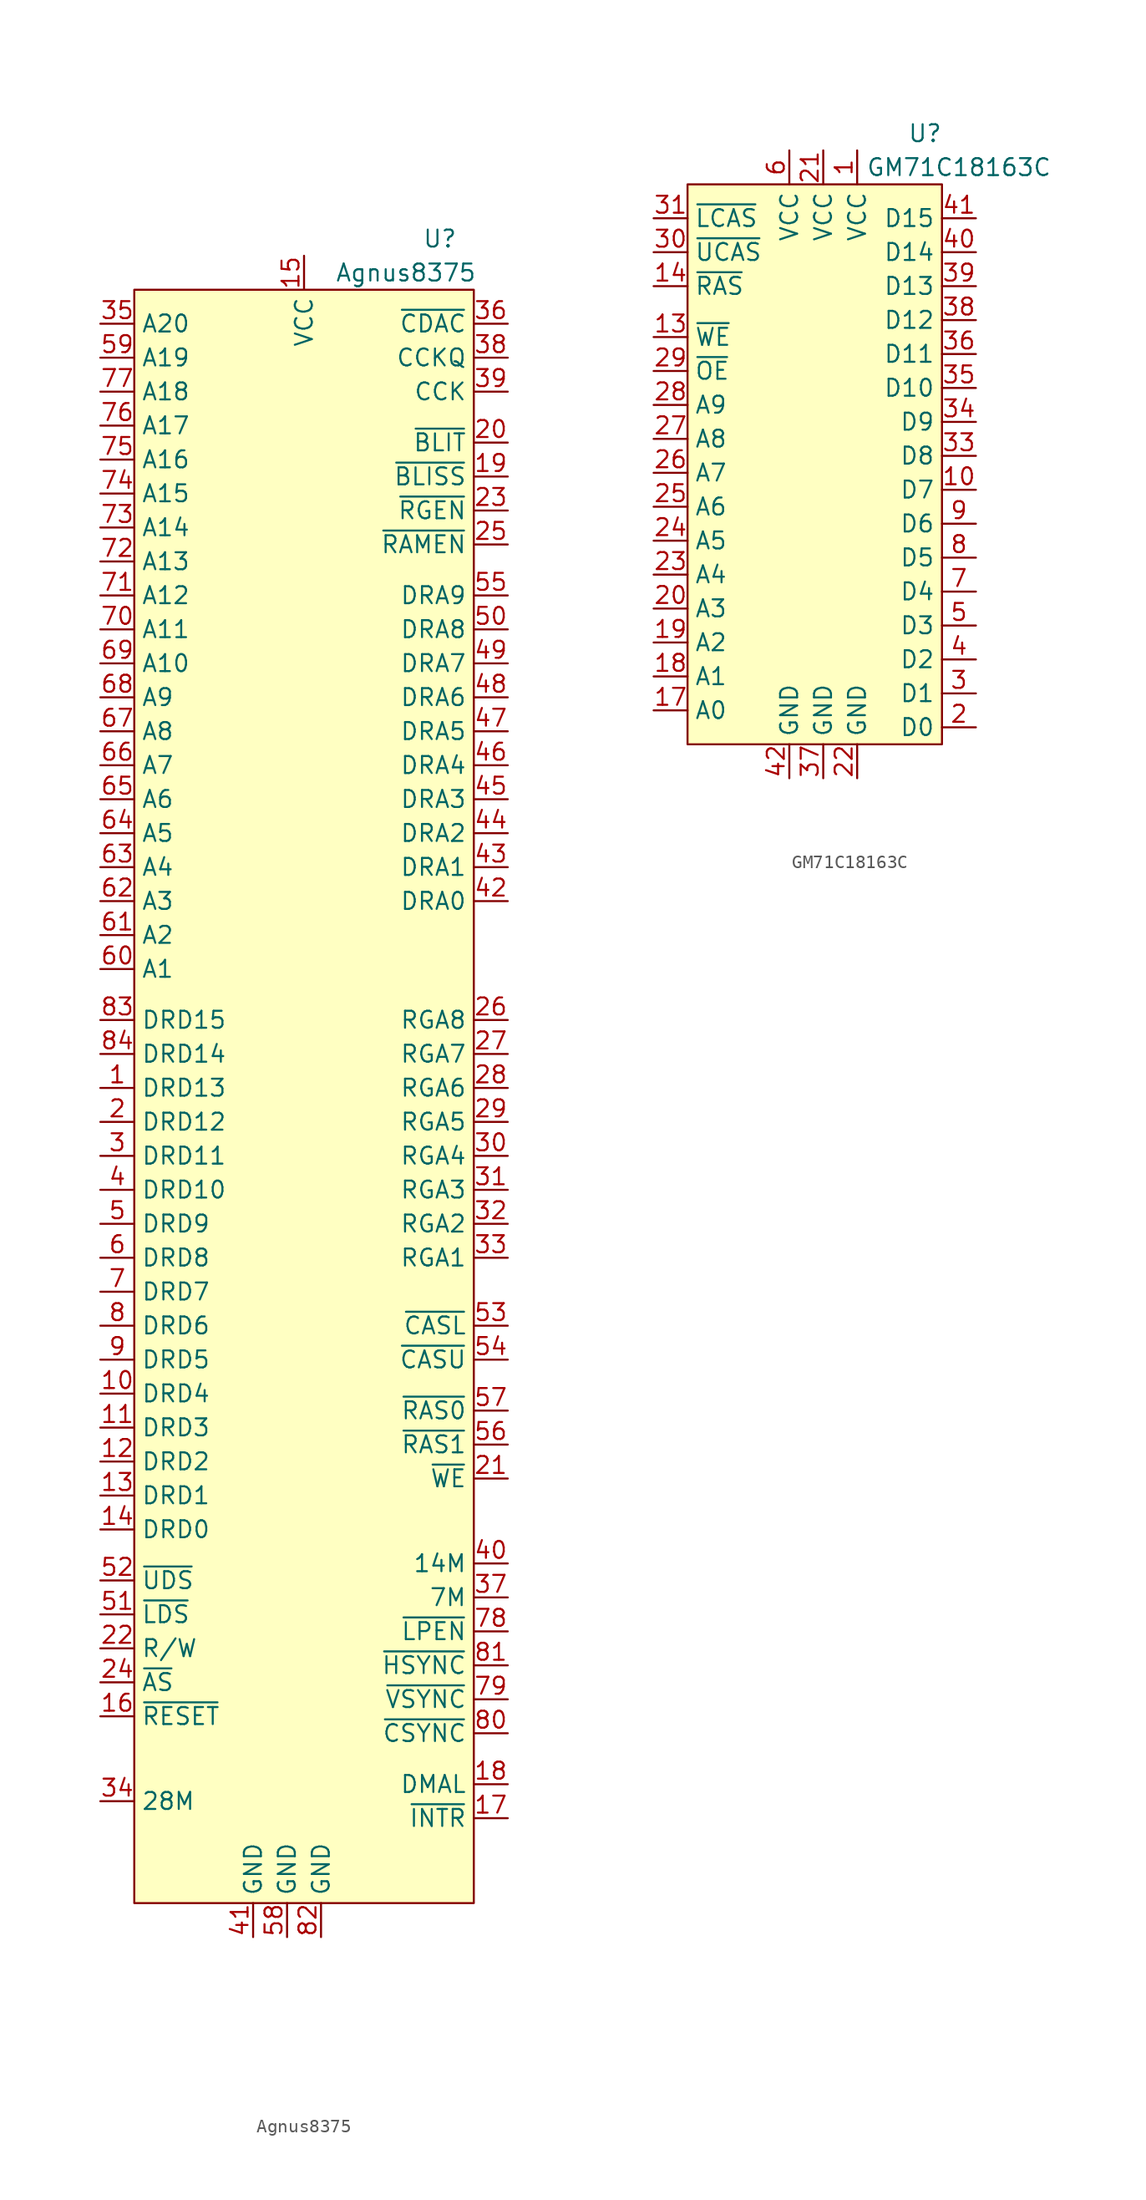
<source format=kicad_sym>
(kicad_symbol_lib
  (version 20201005)
  (generator kicad_symbol_editor)
  (symbol "A500:Agnus8375"
    (property "Reference" "U"
      (at 10.16 54.61 0)
      (effects (font (size 1.27 1.27))))
    (property "Value" "Agnus8375"
      (at 7.62 52.07 0)
      (effects (font (size 1.27 1.27))))
    (symbol "Agnus8375_0_1"
      (rectangle (start -12.7 50.8) (end 12.7 -69.85) (stroke (width 0.152)) (fill (type background))))
    (symbol "Agnus8375_1_1"
      (pin input line (at -15.24 -8.89 0) (length 2.54) (name "DRD13" (effects (font (size 1.27 1.27)))) (number "1" (effects (font (size 1.27 1.27)))))
      (pin input line (at -15.24 -31.75 0) (length 2.54) (name "DRD4" (effects (font (size 1.27 1.27)))) (number "10" (effects (font (size 1.27 1.27)))))
      (pin input line (at -15.24 -34.29 0) (length 2.54) (name "DRD3" (effects (font (size 1.27 1.27)))) (number "11" (effects (font (size 1.27 1.27)))))
      (pin input line (at -15.24 -36.83 0) (length 2.54) (name "DRD2" (effects (font (size 1.27 1.27)))) (number "12" (effects (font (size 1.27 1.27)))))
      (pin input line (at -15.24 -39.37 0) (length 2.54) (name "DRD1" (effects (font (size 1.27 1.27)))) (number "13" (effects (font (size 1.27 1.27)))))
      (pin input line (at -15.24 -41.91 0) (length 2.54) (name "DRD0" (effects (font (size 1.27 1.27)))) (number "14" (effects (font (size 1.27 1.27)))))
      (pin power_in line (at 0 53.34 270) (length 2.54) (name "VCC" (effects (font (size 1.27 1.27)))) (number "15" (effects (font (size 1.27 1.27)))))
      (pin input line (at -15.24 -55.88 0) (length 2.54) (name "~RESET" (effects (font (size 1.27 1.27)))) (number "16" (effects (font (size 1.27 1.27)))))
      (pin input line (at 15.24 -63.5 180) (length 2.54) (name "~INTR" (effects (font (size 1.27 1.27)))) (number "17" (effects (font (size 1.27 1.27)))))
      (pin input line (at 15.24 -60.96 180) (length 2.54) (name "DMAL" (effects (font (size 1.27 1.27)))) (number "18" (effects (font (size 1.27 1.27)))))
      (pin input line (at 15.24 36.83 180) (length 2.54) (name "~BLISS" (effects (font (size 1.27 1.27)))) (number "19" (effects (font (size 1.27 1.27)))))
      (pin input line (at -15.24 -11.43 0) (length 2.54) (name "DRD12" (effects (font (size 1.27 1.27)))) (number "2" (effects (font (size 1.27 1.27)))))
      (pin input line (at 15.24 39.37 180) (length 2.54) (name "~BLIT" (effects (font (size 1.27 1.27)))) (number "20" (effects (font (size 1.27 1.27)))))
      (pin input line (at 15.24 -38.1 180) (length 2.54) (name "~WE" (effects (font (size 1.27 1.27)))) (number "21" (effects (font (size 1.27 1.27)))))
      (pin input line (at -15.24 -50.8 0) (length 2.54) (name "R/W" (effects (font (size 1.27 1.27)))) (number "22" (effects (font (size 1.27 1.27)))))
      (pin input line (at 15.24 34.29 180) (length 2.54) (name "~RGEN" (effects (font (size 1.27 1.27)))) (number "23" (effects (font (size 1.27 1.27)))))
      (pin input line (at -15.24 -53.34 0) (length 2.54) (name "~AS" (effects (font (size 1.27 1.27)))) (number "24" (effects (font (size 1.27 1.27)))))
      (pin input line (at 15.24 31.75 180) (length 2.54) (name "~RAMEN" (effects (font (size 1.27 1.27)))) (number "25" (effects (font (size 1.27 1.27)))))
      (pin input line (at 15.24 -3.81 180) (length 2.54) (name "RGA8" (effects (font (size 1.27 1.27)))) (number "26" (effects (font (size 1.27 1.27)))))
      (pin input line (at 15.24 -6.35 180) (length 2.54) (name "RGA7" (effects (font (size 1.27 1.27)))) (number "27" (effects (font (size 1.27 1.27)))))
      (pin input line (at 15.24 -8.89 180) (length 2.54) (name "RGA6" (effects (font (size 1.27 1.27)))) (number "28" (effects (font (size 1.27 1.27)))))
      (pin input line (at 15.24 -11.43 180) (length 2.54) (name "RGA5" (effects (font (size 1.27 1.27)))) (number "29" (effects (font (size 1.27 1.27)))))
      (pin input line (at -15.24 -13.97 0) (length 2.54) (name "DRD11" (effects (font (size 1.27 1.27)))) (number "3" (effects (font (size 1.27 1.27)))))
      (pin input line (at 15.24 -13.97 180) (length 2.54) (name "RGA4" (effects (font (size 1.27 1.27)))) (number "30" (effects (font (size 1.27 1.27)))))
      (pin input line (at 15.24 -16.51 180) (length 2.54) (name "RGA3" (effects (font (size 1.27 1.27)))) (number "31" (effects (font (size 1.27 1.27)))))
      (pin input line (at 15.24 -19.05 180) (length 2.54) (name "RGA2" (effects (font (size 1.27 1.27)))) (number "32" (effects (font (size 1.27 1.27)))))
      (pin input line (at 15.24 -21.59 180) (length 2.54) (name "RGA1" (effects (font (size 1.27 1.27)))) (number "33" (effects (font (size 1.27 1.27)))))
      (pin input line (at -15.24 -62.23 0) (length 2.54) (name "28M" (effects (font (size 1.27 1.27)))) (number "34" (effects (font (size 1.27 1.27)))))
      (pin input line (at -15.24 48.26 0) (length 2.54) (name "A20" (effects (font (size 1.27 1.27)))) (number "35" (effects (font (size 1.27 1.27)))))
      (pin input line (at 15.24 48.26 180) (length 2.54) (name "~CDAC" (effects (font (size 1.27 1.27)))) (number "36" (effects (font (size 1.27 1.27)))))
      (pin input line (at 15.24 -46.99 180) (length 2.54) (name "7M" (effects (font (size 1.27 1.27)))) (number "37" (effects (font (size 1.27 1.27)))))
      (pin input line (at 15.24 45.72 180) (length 2.54) (name "CCKQ" (effects (font (size 1.27 1.27)))) (number "38" (effects (font (size 1.27 1.27)))))
      (pin input line (at 15.24 43.18 180) (length 2.54) (name "CCK" (effects (font (size 1.27 1.27)))) (number "39" (effects (font (size 1.27 1.27)))))
      (pin input line (at -15.24 -16.51 0) (length 2.54) (name "DRD10" (effects (font (size 1.27 1.27)))) (number "4" (effects (font (size 1.27 1.27)))))
      (pin input line (at 15.24 -44.45 180) (length 2.54) (name "14M" (effects (font (size 1.27 1.27)))) (number "40" (effects (font (size 1.27 1.27)))))
      (pin power_in line (at -3.81 -72.39 90) (length 2.54) (name "GND" (effects (font (size 1.27 1.27)))) (number "41" (effects (font (size 1.27 1.27)))))
      (pin input line (at 15.24 5.08 180) (length 2.54) (name "DRA0" (effects (font (size 1.27 1.27)))) (number "42" (effects (font (size 1.27 1.27)))))
      (pin input line (at 15.24 7.62 180) (length 2.54) (name "DRA1" (effects (font (size 1.27 1.27)))) (number "43" (effects (font (size 1.27 1.27)))))
      (pin input line (at 15.24 10.16 180) (length 2.54) (name "DRA2" (effects (font (size 1.27 1.27)))) (number "44" (effects (font (size 1.27 1.27)))))
      (pin input line (at 15.24 12.7 180) (length 2.54) (name "DRA3" (effects (font (size 1.27 1.27)))) (number "45" (effects (font (size 1.27 1.27)))))
      (pin input line (at 15.24 15.24 180) (length 2.54) (name "DRA4" (effects (font (size 1.27 1.27)))) (number "46" (effects (font (size 1.27 1.27)))))
      (pin input line (at 15.24 17.78 180) (length 2.54) (name "DRA5" (effects (font (size 1.27 1.27)))) (number "47" (effects (font (size 1.27 1.27)))))
      (pin input line (at 15.24 20.32 180) (length 2.54) (name "DRA6" (effects (font (size 1.27 1.27)))) (number "48" (effects (font (size 1.27 1.27)))))
      (pin input line (at 15.24 22.86 180) (length 2.54) (name "DRA7" (effects (font (size 1.27 1.27)))) (number "49" (effects (font (size 1.27 1.27)))))
      (pin input line (at -15.24 -19.05 0) (length 2.54) (name "DRD9" (effects (font (size 1.27 1.27)))) (number "5" (effects (font (size 1.27 1.27)))))
      (pin input line (at 15.24 25.4 180) (length 2.54) (name "DRA8" (effects (font (size 1.27 1.27)))) (number "50" (effects (font (size 1.27 1.27)))))
      (pin input line (at -15.24 -48.26 0) (length 2.54) (name "~LDS" (effects (font (size 1.27 1.27)))) (number "51" (effects (font (size 1.27 1.27)))))
      (pin input line (at -15.24 -45.72 0) (length 2.54) (name "~UDS" (effects (font (size 1.27 1.27)))) (number "52" (effects (font (size 1.27 1.27)))))
      (pin input line (at 15.24 -26.67 180) (length 2.54) (name "~CASL" (effects (font (size 1.27 1.27)))) (number "53" (effects (font (size 1.27 1.27)))))
      (pin input line (at 15.24 -29.21 180) (length 2.54) (name "~CASU" (effects (font (size 1.27 1.27)))) (number "54" (effects (font (size 1.27 1.27)))))
      (pin input line (at 15.24 27.94 180) (length 2.54) (name "DRA9" (effects (font (size 1.27 1.27)))) (number "55" (effects (font (size 1.27 1.27)))))
      (pin input line (at 15.24 -35.56 180) (length 2.54) (name "~RAS1" (effects (font (size 1.27 1.27)))) (number "56" (effects (font (size 1.27 1.27)))))
      (pin input line (at 15.24 -33.02 180) (length 2.54) (name "~RAS0" (effects (font (size 1.27 1.27)))) (number "57" (effects (font (size 1.27 1.27)))))
      (pin power_in line (at -1.27 -72.39 90) (length 2.54) (name "GND" (effects (font (size 1.27 1.27)))) (number "58" (effects (font (size 1.27 1.27)))))
      (pin input line (at -15.24 45.72 0) (length 2.54) (name "A19" (effects (font (size 1.27 1.27)))) (number "59" (effects (font (size 1.27 1.27)))))
      (pin input line (at -15.24 -21.59 0) (length 2.54) (name "DRD8" (effects (font (size 1.27 1.27)))) (number "6" (effects (font (size 1.27 1.27)))))
      (pin input line (at -15.24 0 0) (length 2.54) (name "A1" (effects (font (size 1.27 1.27)))) (number "60" (effects (font (size 1.27 1.27)))))
      (pin input line (at -15.24 2.54 0) (length 2.54) (name "A2" (effects (font (size 1.27 1.27)))) (number "61" (effects (font (size 1.27 1.27)))))
      (pin input line (at -15.24 5.08 0) (length 2.54) (name "A3" (effects (font (size 1.27 1.27)))) (number "62" (effects (font (size 1.27 1.27)))))
      (pin input line (at -15.24 7.62 0) (length 2.54) (name "A4" (effects (font (size 1.27 1.27)))) (number "63" (effects (font (size 1.27 1.27)))))
      (pin input line (at -15.24 10.16 0) (length 2.54) (name "A5" (effects (font (size 1.27 1.27)))) (number "64" (effects (font (size 1.27 1.27)))))
      (pin input line (at -15.24 12.7 0) (length 2.54) (name "A6" (effects (font (size 1.27 1.27)))) (number "65" (effects (font (size 1.27 1.27)))))
      (pin input line (at -15.24 15.24 0) (length 2.54) (name "A7" (effects (font (size 1.27 1.27)))) (number "66" (effects (font (size 1.27 1.27)))))
      (pin input line (at -15.24 17.78 0) (length 2.54) (name "A8" (effects (font (size 1.27 1.27)))) (number "67" (effects (font (size 1.27 1.27)))))
      (pin input line (at -15.24 20.32 0) (length 2.54) (name "A9" (effects (font (size 1.27 1.27)))) (number "68" (effects (font (size 1.27 1.27)))))
      (pin input line (at -15.24 22.86 0) (length 2.54) (name "A10" (effects (font (size 1.27 1.27)))) (number "69" (effects (font (size 1.27 1.27)))))
      (pin input line (at -15.24 -24.13 0) (length 2.54) (name "DRD7" (effects (font (size 1.27 1.27)))) (number "7" (effects (font (size 1.27 1.27)))))
      (pin input line (at -15.24 25.4 0) (length 2.54) (name "A11" (effects (font (size 1.27 1.27)))) (number "70" (effects (font (size 1.27 1.27)))))
      (pin input line (at -15.24 27.94 0) (length 2.54) (name "A12" (effects (font (size 1.27 1.27)))) (number "71" (effects (font (size 1.27 1.27)))))
      (pin input line (at -15.24 30.48 0) (length 2.54) (name "A13" (effects (font (size 1.27 1.27)))) (number "72" (effects (font (size 1.27 1.27)))))
      (pin input line (at -15.24 33.02 0) (length 2.54) (name "A14" (effects (font (size 1.27 1.27)))) (number "73" (effects (font (size 1.27 1.27)))))
      (pin input line (at -15.24 35.56 0) (length 2.54) (name "A15" (effects (font (size 1.27 1.27)))) (number "74" (effects (font (size 1.27 1.27)))))
      (pin input line (at -15.24 38.1 0) (length 2.54) (name "A16" (effects (font (size 1.27 1.27)))) (number "75" (effects (font (size 1.27 1.27)))))
      (pin input line (at -15.24 40.64 0) (length 2.54) (name "A17" (effects (font (size 1.27 1.27)))) (number "76" (effects (font (size 1.27 1.27)))))
      (pin input line (at -15.24 43.18 0) (length 2.54) (name "A18" (effects (font (size 1.27 1.27)))) (number "77" (effects (font (size 1.27 1.27)))))
      (pin input line (at 15.24 -49.53 180) (length 2.54) (name "~LPEN" (effects (font (size 1.27 1.27)))) (number "78" (effects (font (size 1.27 1.27)))))
      (pin input line (at 15.24 -54.61 180) (length 2.54) (name "~VSYNC" (effects (font (size 1.27 1.27)))) (number "79" (effects (font (size 1.27 1.27)))))
      (pin input line (at -15.24 -26.67 0) (length 2.54) (name "DRD6" (effects (font (size 1.27 1.27)))) (number "8" (effects (font (size 1.27 1.27)))))
      (pin input line (at 15.24 -57.15 180) (length 2.54) (name "~CSYNC" (effects (font (size 1.27 1.27)))) (number "80" (effects (font (size 1.27 1.27)))))
      (pin input line (at 15.24 -52.07 180) (length 2.54) (name "~HSYNC" (effects (font (size 1.27 1.27)))) (number "81" (effects (font (size 1.27 1.27)))))
      (pin power_in line (at 1.27 -72.39 90) (length 2.54) (name "GND" (effects (font (size 1.27 1.27)))) (number "82" (effects (font (size 1.27 1.27)))))
      (pin input line (at -15.24 -3.81 0) (length 2.54) (name "DRD15" (effects (font (size 1.27 1.27)))) (number "83" (effects (font (size 1.27 1.27)))))
      (pin input line (at -15.24 -6.35 0) (length 2.54) (name "DRD14" (effects (font (size 1.27 1.27)))) (number "84" (effects (font (size 1.27 1.27)))))
      (pin input line (at -15.24 -29.21 0) (length 2.54) (name "DRD5" (effects (font (size 1.27 1.27)))) (number "9" (effects (font (size 1.27 1.27)))))))
  (symbol "A500:GM71C18163C"
    (property "Reference" "U"
      (at 11.43 45.72 0)
      (effects (font (size 1.27 1.27))))
    (property "Value" "GM71C18163C"
      (at 13.97 43.18 0)
      (effects (font (size 1.27 1.27))))
    (symbol "GM71C18163C_0_1"
      (rectangle (start 12.7 0) (end -6.35 41.91) (stroke (width 0.152)) (fill (type background))))
    (symbol "GM71C18163C_1_1"
      (pin power_in line (at 6.35 44.45 270) (length 2.54) (name "VCC" (effects (font (size 1.27 1.27)))) (number "1" (effects (font (size 1.27 1.27)))))
      (pin input line (at 15.24 19.05 180) (length 2.54) (name "D7" (effects (font (size 1.27 1.27)))) (number "10" (effects (font (size 1.27 1.27)))))
      (pin input line (at -8.89 30.48 0) (length 2.54) (name "~WE" (effects (font (size 1.27 1.27)))) (number "13" (effects (font (size 1.27 1.27)))))
      (pin input line (at -8.89 34.29 0) (length 2.54) (name "~RAS" (effects (font (size 1.27 1.27)))) (number "14" (effects (font (size 1.27 1.27)))))
      (pin input line (at -8.89 2.54 0) (length 2.54) (name "A0" (effects (font (size 1.27 1.27)))) (number "17" (effects (font (size 1.27 1.27)))))
      (pin input line (at -8.89 5.08 0) (length 2.54) (name "A1" (effects (font (size 1.27 1.27)))) (number "18" (effects (font (size 1.27 1.27)))))
      (pin input line (at -8.89 7.62 0) (length 2.54) (name "A2" (effects (font (size 1.27 1.27)))) (number "19" (effects (font (size 1.27 1.27)))))
      (pin input line (at 15.24 1.27 180) (length 2.54) (name "D0" (effects (font (size 1.27 1.27)))) (number "2" (effects (font (size 1.27 1.27)))))
      (pin input line (at -8.89 10.16 0) (length 2.54) (name "A3" (effects (font (size 1.27 1.27)))) (number "20" (effects (font (size 1.27 1.27)))))
      (pin power_in line (at 3.81 44.45 270) (length 2.54) (name "VCC" (effects (font (size 1.27 1.27)))) (number "21" (effects (font (size 1.27 1.27)))))
      (pin power_in line (at 6.35 -2.54 90) (length 2.54) (name "GND" (effects (font (size 1.27 1.27)))) (number "22" (effects (font (size 1.27 1.27)))))
      (pin input line (at -8.89 12.7 0) (length 2.54) (name "A4" (effects (font (size 1.27 1.27)))) (number "23" (effects (font (size 1.27 1.27)))))
      (pin input line (at -8.89 15.24 0) (length 2.54) (name "A5" (effects (font (size 1.27 1.27)))) (number "24" (effects (font (size 1.27 1.27)))))
      (pin input line (at -8.89 17.78 0) (length 2.54) (name "A6" (effects (font (size 1.27 1.27)))) (number "25" (effects (font (size 1.27 1.27)))))
      (pin input line (at -8.89 20.32 0) (length 2.54) (name "A7" (effects (font (size 1.27 1.27)))) (number "26" (effects (font (size 1.27 1.27)))))
      (pin input line (at -8.89 22.86 0) (length 2.54) (name "A8" (effects (font (size 1.27 1.27)))) (number "27" (effects (font (size 1.27 1.27)))))
      (pin input line (at -8.89 25.4 0) (length 2.54) (name "A9" (effects (font (size 1.27 1.27)))) (number "28" (effects (font (size 1.27 1.27)))))
      (pin input line (at -8.89 27.94 0) (length 2.54) (name "~OE" (effects (font (size 1.27 1.27)))) (number "29" (effects (font (size 1.27 1.27)))))
      (pin input line (at 15.24 3.81 180) (length 2.54) (name "D1" (effects (font (size 1.27 1.27)))) (number "3" (effects (font (size 1.27 1.27)))))
      (pin input line (at -8.89 36.83 0) (length 2.54) (name "~UCAS" (effects (font (size 1.27 1.27)))) (number "30" (effects (font (size 1.27 1.27)))))
      (pin input line (at -8.89 39.37 0) (length 2.54) (name "~LCAS" (effects (font (size 1.27 1.27)))) (number "31" (effects (font (size 1.27 1.27)))))
      (pin input line (at 15.24 21.59 180) (length 2.54) (name "D8" (effects (font (size 1.27 1.27)))) (number "33" (effects (font (size 1.27 1.27)))))
      (pin input line (at 15.24 24.13 180) (length 2.54) (name "D9" (effects (font (size 1.27 1.27)))) (number "34" (effects (font (size 1.27 1.27)))))
      (pin input line (at 15.24 26.67 180) (length 2.54) (name "D10" (effects (font (size 1.27 1.27)))) (number "35" (effects (font (size 1.27 1.27)))))
      (pin input line (at 15.24 29.21 180) (length 2.54) (name "D11" (effects (font (size 1.27 1.27)))) (number "36" (effects (font (size 1.27 1.27)))))
      (pin power_in line (at 3.81 -2.54 90) (length 2.54) (name "GND" (effects (font (size 1.27 1.27)))) (number "37" (effects (font (size 1.27 1.27)))))
      (pin input line (at 15.24 31.75 180) (length 2.54) (name "D12" (effects (font (size 1.27 1.27)))) (number "38" (effects (font (size 1.27 1.27)))))
      (pin input line (at 15.24 34.29 180) (length 2.54) (name "D13" (effects (font (size 1.27 1.27)))) (number "39" (effects (font (size 1.27 1.27)))))
      (pin input line (at 15.24 6.35 180) (length 2.54) (name "D2" (effects (font (size 1.27 1.27)))) (number "4" (effects (font (size 1.27 1.27)))))
      (pin input line (at 15.24 36.83 180) (length 2.54) (name "D14" (effects (font (size 1.27 1.27)))) (number "40" (effects (font (size 1.27 1.27)))))
      (pin input line (at 15.24 39.37 180) (length 2.54) (name "D15" (effects (font (size 1.27 1.27)))) (number "41" (effects (font (size 1.27 1.27)))))
      (pin power_in line (at 1.27 -2.54 90) (length 2.54) (name "GND" (effects (font (size 1.27 1.27)))) (number "42" (effects (font (size 1.27 1.27)))))
      (pin input line (at 15.24 8.89 180) (length 2.54) (name "D3" (effects (font (size 1.27 1.27)))) (number "5" (effects (font (size 1.27 1.27)))))
      (pin power_in line (at 1.27 44.45 270) (length 2.54) (name "VCC" (effects (font (size 1.27 1.27)))) (number "6" (effects (font (size 1.27 1.27)))))
      (pin input line (at 15.24 11.43 180) (length 2.54) (name "D4" (effects (font (size 1.27 1.27)))) (number "7" (effects (font (size 1.27 1.27)))))
      (pin input line (at 15.24 13.97 180) (length 2.54) (name "D5" (effects (font (size 1.27 1.27)))) (number "8" (effects (font (size 1.27 1.27)))))
      (pin input line (at 15.24 16.51 180) (length 2.54) (name "D6" (effects (font (size 1.27 1.27)))) (number "9" (effects (font (size 1.27 1.27))))))))
</source>
